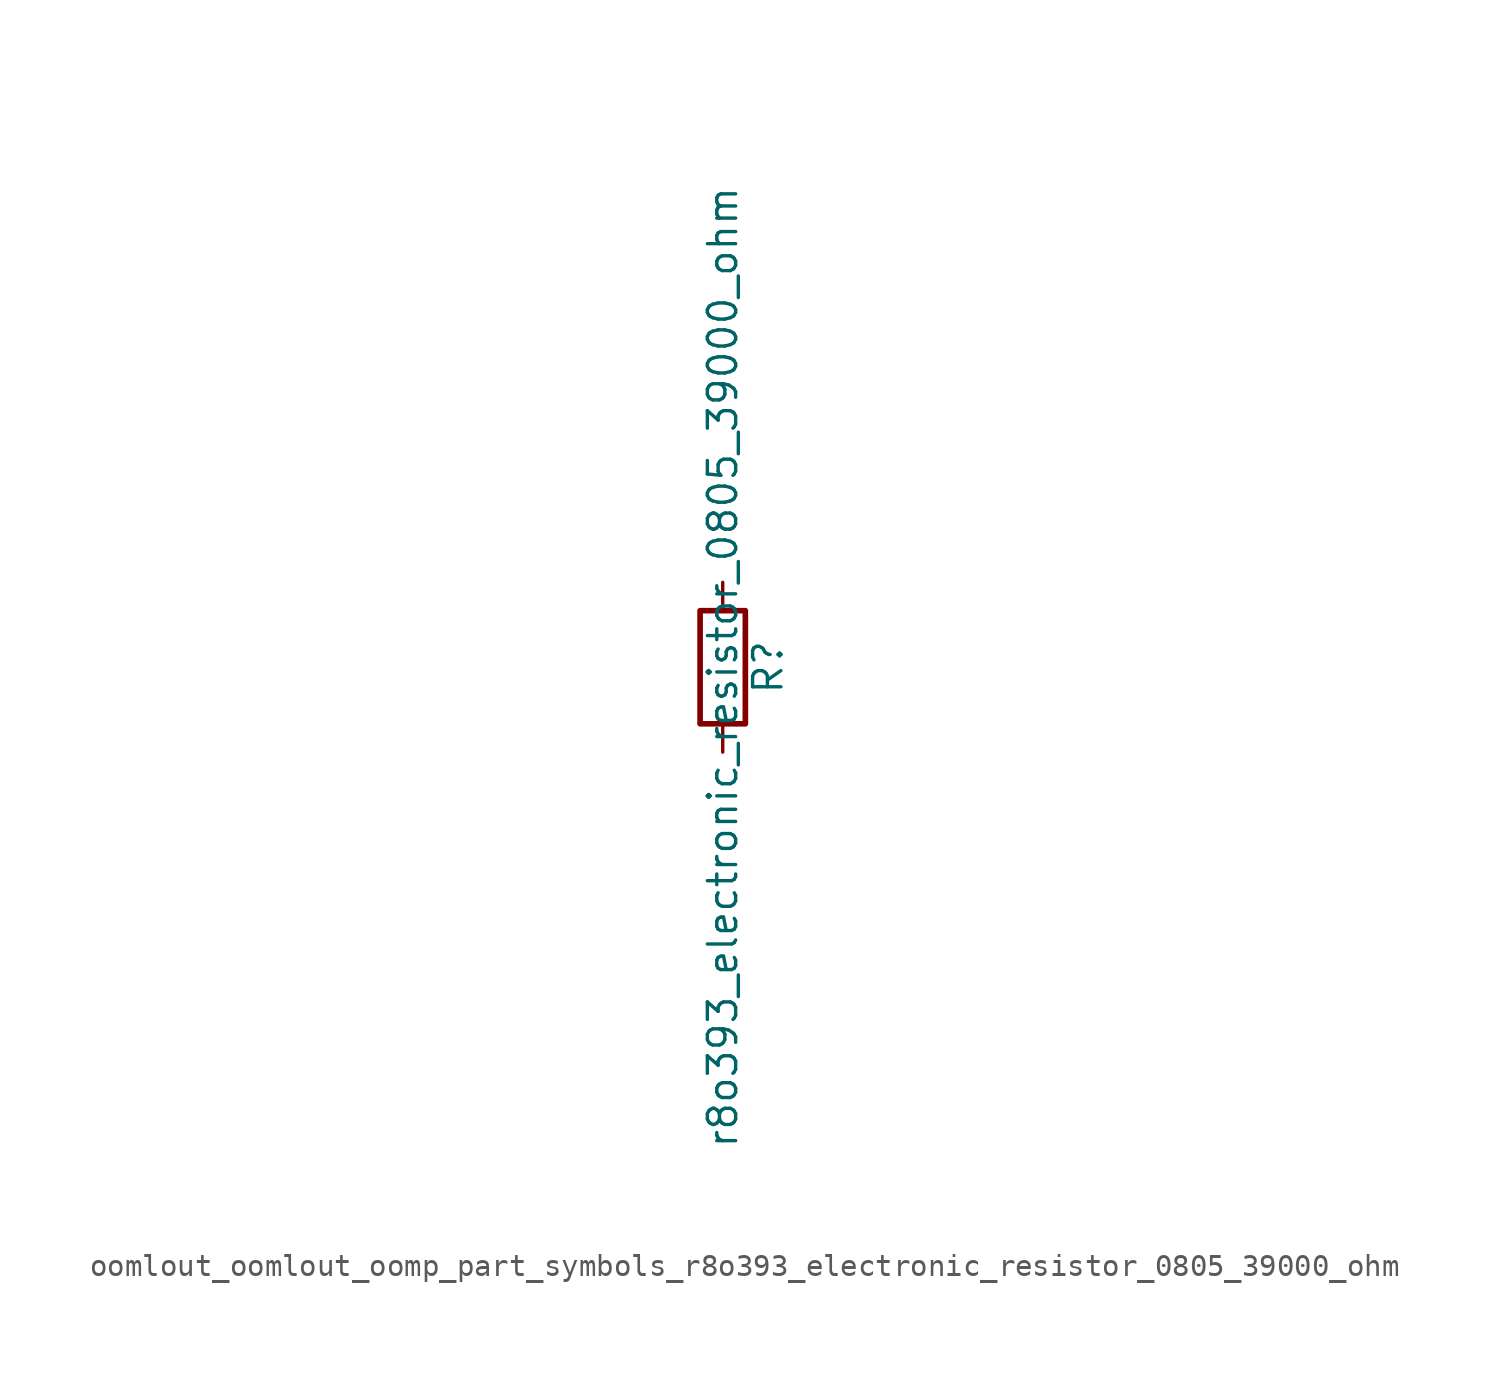
<source format=kicad_sym>
(kicad_symbol_lib
  (version 20220914)
  (generator kicad_symbol_editor)
  (symbol "oomlout_oomlout_oomp_part_symbols_r8o393_electronic_resistor_0805_39000_ohm"
    (pin_numbers hide)
    (pin_names
      (offset 0))
    (property "Reference" "R"
      (at 2.032 0 90)
      (effects (font (size 1.27 1.27))))
    (property "Value" "r8o393_electronic_resistor_0805_39000_ohm"
      (at 0 0 90)
      (effects (font (size 1.27 1.27))))
    (symbol "oomlout_oomlout_oomp_part_symbols_r8o393_electronic_resistor_0805_39000_ohm_0_1"
      (rectangle (start -1.016 -2.54) (end 1.016 2.54) (stroke (width 0.254) (type default)) (fill (type none))))
    (symbol "oomlout_oomlout_oomp_part_symbols_r8o393_electronic_resistor_0805_39000_ohm_1_1"
      (pin passive line (at 0 3.81 270) (length 1.27) (name "~" (effects (font (size 1.27 1.27)))) (number "1" (effects (font (size 1.27 1.27)))))
      (pin passive line (at 0 -3.81 90) (length 1.27) (name "~" (effects (font (size 1.27 1.27)))) (number "2" (effects (font (size 1.27 1.27))))))))
</source>
